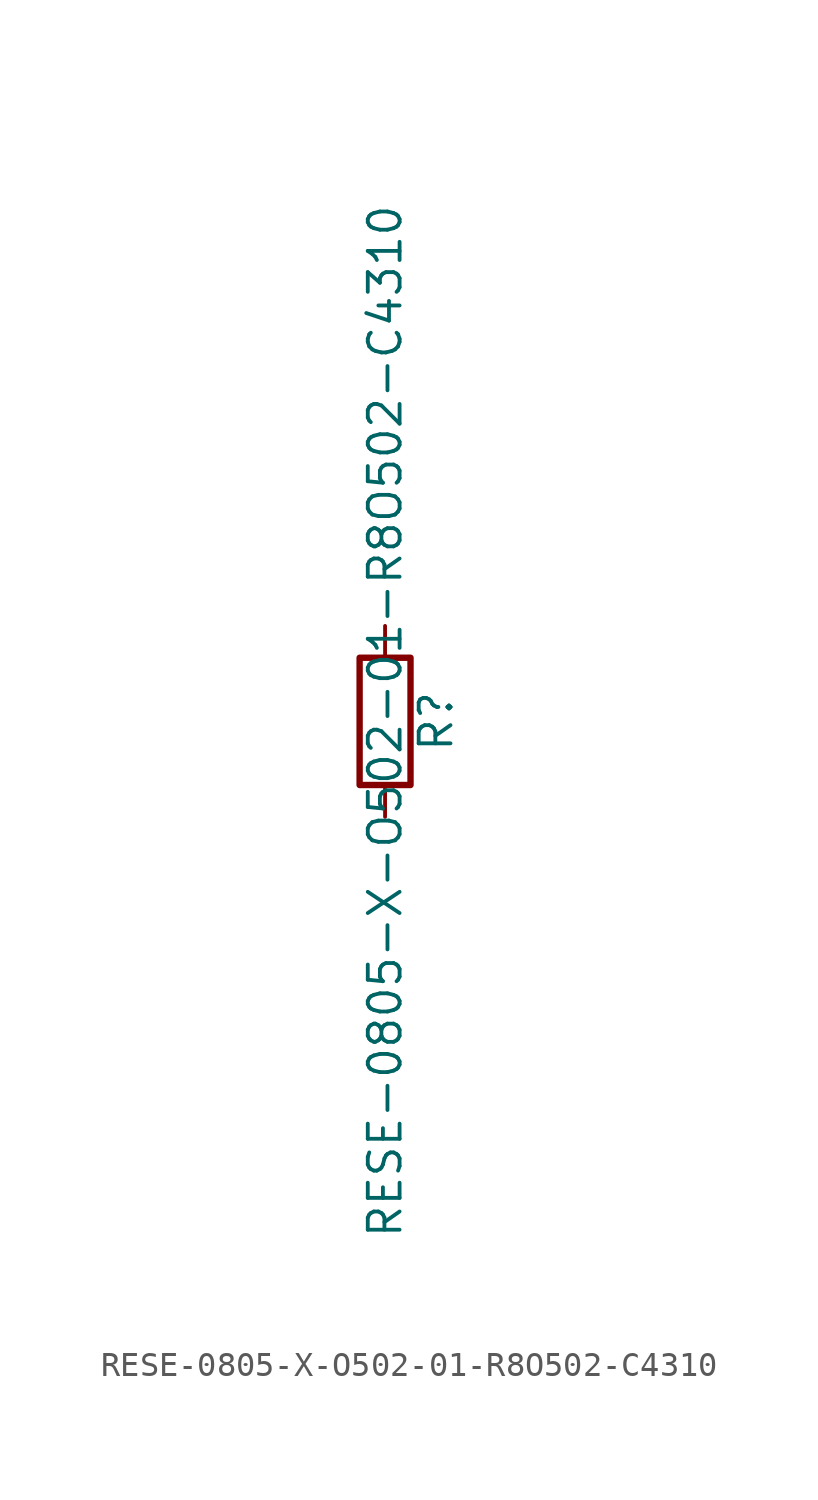
<source format=kicad_sym>
(kicad_symbol_lib
  (version 20211014)
  (generator kicad_symbol_editor)
  (symbol "RESE-0805-X-O502-01-R8O502-C4310"
    (pin_numbers hide)
    (pin_names
      (offset 0))
    (property "Reference" "R"
      (at 2.032 0 90)
      (effects (font (size 1.27 1.27))))
    (property "Value" "RESE-0805-X-O502-01-R8O502-C4310"
      (at 0 0 90)
      (effects (font (size 1.27 1.27))))
    (symbol "RESE-0805-X-O502-01-R8O502-C4310_0_1"
      (rectangle (start -1.016 -2.54) (end 1.016 2.54) (stroke (width 0.254) (type default) (color 0 0 0 0)) (fill (type none))))
    (symbol "RESE-0805-X-O502-01-R8O502-C4310_1_1"
      (pin passive line (at 0 3.81 270) (length 1.27) (name "~" (effects (font (size 1.27 1.27)))) (number "1" (effects (font (size 1.27 1.27)))))
      (pin passive line (at 0 -3.81 90) (length 1.27) (name "~" (effects (font (size 1.27 1.27)))) (number "2" (effects (font (size 1.27 1.27))))))))
</source>
